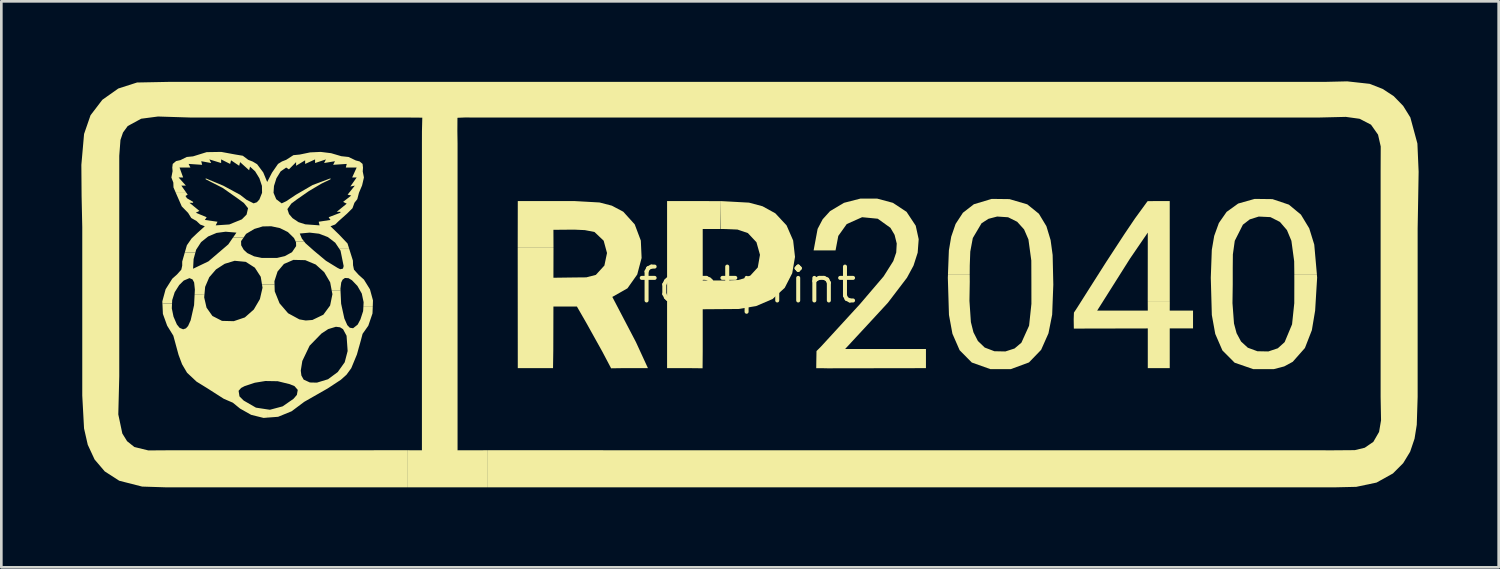
<source format=kicad_pcb>
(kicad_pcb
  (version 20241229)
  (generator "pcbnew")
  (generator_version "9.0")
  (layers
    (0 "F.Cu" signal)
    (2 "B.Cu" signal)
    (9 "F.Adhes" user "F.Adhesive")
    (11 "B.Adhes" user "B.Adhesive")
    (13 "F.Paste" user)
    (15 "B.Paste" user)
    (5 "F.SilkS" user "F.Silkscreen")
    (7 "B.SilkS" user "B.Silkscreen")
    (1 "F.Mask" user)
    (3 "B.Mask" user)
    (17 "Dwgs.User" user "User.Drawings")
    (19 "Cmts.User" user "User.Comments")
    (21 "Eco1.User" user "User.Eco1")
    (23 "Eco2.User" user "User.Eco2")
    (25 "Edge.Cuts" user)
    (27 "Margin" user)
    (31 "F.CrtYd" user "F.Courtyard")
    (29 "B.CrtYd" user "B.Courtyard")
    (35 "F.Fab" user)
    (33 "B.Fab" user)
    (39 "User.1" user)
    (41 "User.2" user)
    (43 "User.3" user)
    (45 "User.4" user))
  (footprint "footprint"
    (layer "F.Cu")
    (at 24.97 7.635)
    (property "Reference" "footprint" (at 0 0 0) (layer "F.SilkS") (effects (font (size 1.27 1.27) (thickness 0.15))))
    (fp_poly (pts (xy 15.835 0.606) (xy 15.009 0.606) (xy 15.011 -1.965) (xy 14.345 -0.991) (xy 13.113 0.96) (xy 15.011 0.96) (xy 15.009 0.61) (xy 15.836 0.61) (xy 15.834 0.96) (xy 16.707 0.96) (xy 16.707 1.628) (xy 15.834 1.628) (xy 15.834 3.117) (xy 15.011 3.117) (xy 15.011 1.628) (xy 12.239 1.634) (xy 12.233 1.286) (xy 12.242 1.035) (xy 12.364 0.85) (xy 12.364 0.85) (xy 12.782 0.19) (xy 13.454 -0.867) (xy 14.139 -1.915) (xy 14.534 -2.5) (xy 15.003 -3.143) (xy 15.369 -3.148) (xy 15.834 -3.148)) (stroke (width 0) (type solid)) (fill yes) (layer "F.SilkS"))
    (fp_poly (pts (xy -3.011 -3.148) (xy -0.999 -3.145) (xy -1.005 -2.1) (xy -1.675 -2.099) (xy -1.675 -0.17) (xy -0.791 -0.169) (xy -0.341 -0.188) (xy 0.068 -0.307) (xy 0.389 -0.658) (xy 0.472 -1.132) (xy 0.34 -1.603) (xy 0.018 -1.947) (xy -0.372 -2.079) (xy -0.817 -2.098) (xy -0.99 -2.1) (xy -0.996 -3.146) (xy 0.061 -3.088) (xy 0.568 -2.952) (xy 1.046 -2.689) (xy 1.469 -2.235) (xy 1.715 -1.67) (xy 1.785 -1.053) (xy 1.681 -0.443) (xy 1.4 0.105) (xy 0.943 0.526) (xy 0.327 0.79) (xy -0.333 0.899) (xy -1.675 0.909) (xy -1.675 2.501) (xy -1.68 3.122) (xy -2.138 3.117) (xy -3.011 3.117)) (stroke (width 0) (type solid)) (fill yes) (layer "F.SilkS"))
    (fp_poly (pts (xy 5.455 -3.081) (xy 5.966 -2.744) (xy 6.311 -2.223) (xy 6.422 -1.716) (xy 6.384 -1.212) (xy 6.228 -0.727) (xy 5.982 -0.272) (xy 5.267 0.666) (xy 4.467 1.533) (xy 3.665 2.398) (xy 6.694 2.398) (xy 6.694 3.117) (xy 3.002 3.123) (xy 2.81 3.119) (xy 2.581 3.118) (xy 2.584 2.849) (xy 2.591 2.476) (xy 2.755 2.313) (xy 3.29 1.73) (xy 4.217 0.719) (xy 5.107 -0.323) (xy 5.47 -0.898) (xy 5.58 -1.219) (xy 5.599 -1.555) (xy 5.519 -1.879) (xy 5.363 -2.144) (xy 4.888 -2.485) (xy 4.301 -2.542) (xy 3.725 -2.285) (xy 3.408 -1.84) (xy 3.305 -1.298) (xy 2.483 -1.298) (xy 2.633 -2.104) (xy 2.822 -2.464) (xy 3.1 -2.771) (xy 3.621 -3.081) (xy 4.235 -3.239) (xy 4.862 -3.24)) (stroke (width 0) (type solid)) (fill yes) (layer "F.SilkS"))
    (fp_poly (pts (xy -7.555 -3.148) (xy -6.502 -3.148) (xy -5.542 -3.094) (xy -5.083 -2.975) (xy -4.654 -2.748) (xy -4.224 -2.273) (xy -3.995 -1.665) (xy -3.966 -1.015) (xy -4.13 -0.394) (xy -4.497 0.125) (xy -5.064 0.447) (xy -4.621 1.294) (xy -4.178 2.141) (xy -3.729 3.117) (xy -4.705 3.117) (xy -5.109 3.123) (xy -5.437 2.501) (xy -6.037 1.423) (xy -6.391 0.808) (xy -7.272 0.807) (xy -7.277 2.449) (xy -7.287 3.116) (xy -7.735 3.117) (xy -8.608 3.117) (xy -8.611 -1.391) (xy -7.269 -1.391) (xy -7.272 -0.272) (xy -6.461 -0.283) (xy -6.038 -0.287) (xy -5.681 -0.38) (xy -5.361 -0.73) (xy -5.263 -1.199) (xy -5.388 -1.66) (xy -5.733 -1.988) (xy -6.094 -2.058) (xy -6.495 -2.076) (xy -7.272 -2.069) (xy -7.269 -1.395) (xy -8.611 -1.395) (xy -8.608 -3.148)) (stroke (width 0) (type solid)) (fill yes) (layer "F.SilkS"))
    (fp_poly (pts (xy 9.826 -3.22) (xy 10.493 -3.024) (xy 10.928 -2.672) (xy 11.21 -2.205) (xy 11.368 -1.682) (xy 11.444 -1.124) (xy 11.469 -0.015) (xy 11.426 1.114) (xy 11.287 1.812) (xy 11.012 2.431) (xy 10.556 2.903) (xy 9.877 3.153) (xy 9.107 3.153) (xy 8.413 2.906) (xy 7.957 2.445) (xy 7.687 1.827) (xy 7.557 1.122) (xy 7.515 -0.272) (xy 7.52 -0.391) (xy 8.335 -0.391) (xy 8.337 -0.118) (xy 8.325 0.593) (xy 8.379 1.391) (xy 8.475 1.772) (xy 8.642 2.099) (xy 8.898 2.345) (xy 9.261 2.483) (xy 9.672 2.491) (xy 10.016 2.38) (xy 10.273 2.162) (xy 10.561 1.525) (xy 10.648 0.706) (xy 10.647 -0.118) (xy 10.644 -0.918) (xy 10.536 -1.709) (xy 10.373 -2.084) (xy 10.115 -2.37) (xy 9.774 -2.54) (xy 9.364 -2.567) (xy 9.037 -2.481) (xy 8.778 -2.314) (xy 8.451 -1.761) (xy 8.356 -1.252) (xy 8.337 -0.734) (xy 8.335 -0.395) (xy 7.519 -0.395) (xy 7.554 -1.297) (xy 7.641 -1.81) (xy 7.805 -2.288) (xy 8.08 -2.709) (xy 8.491 -3.028) (xy 9.158 -3.228)) (stroke (width 0) (type solid)) (fill yes) (layer "F.SilkS"))
    (fp_poly (pts (xy 19.684 -3.22) (xy 20.301 -3.013) (xy 20.752 -2.639) (xy 21.064 -2.124) (xy 21.252 -1.515) (xy 21.351 -0.395) (xy 20.505 -0.395) (xy 20.499 -0.892) (xy 20.395 -1.658) (xy 20.228 -2.059) (xy 19.964 -2.365) (xy 19.609 -2.545) (xy 19.171 -2.566) (xy 18.834 -2.46) (xy 18.577 -2.262) (xy 18.272 -1.658) (xy 18.201 -1.148) (xy 18.196 -0.631) (xy 18.196 -0.015) (xy 18.186 0.679) (xy 18.243 1.444) (xy 18.34 1.807) (xy 18.507 2.118) (xy 18.761 2.351) (xy 19.12 2.483) (xy 19.53 2.491) (xy 19.886 2.372) (xy 20.142 2.141) (xy 20.42 1.474) (xy 20.503 0.681) (xy 20.505 -0.118) (xy 20.504 -0.391) (xy 21.35 -0.391) (xy 21.36 -0.279) (xy 21.285 0.96) (xy 21.162 1.694) (xy 20.902 2.362) (xy 20.445 2.879) (xy 20.126 3.052) (xy 19.736 3.153) (xy 18.965 3.154) (xy 18.267 2.913) (xy 17.809 2.453) (xy 17.54 1.833) (xy 17.412 1.125) (xy 17.373 -0.272) (xy 17.411 -1.318) (xy 17.501 -1.841) (xy 17.676 -2.325) (xy 17.966 -2.741) (xy 18.4 -3.054) (xy 19.017 -3.228)) (stroke (width 0) (type solid)) (fill yes) (layer "F.SilkS"))
    (fp_poly (pts (xy -22.096 -6.317) (xy -22.727 -6.234) (xy -23.231 -5.96) (xy -23.409 -5.716) (xy -23.504 -5.438) (xy -23.549 -4.842) (xy -23.549 3.425) (xy -23.585 4.851) (xy -23.434 5.567) (xy -23.255 5.856) (xy -22.984 6.073) (xy -22.457 6.202) (xy -21.906 6.197) (xy -12.755 6.194) (xy -12.755 7.585) (xy -21.804 7.585) (xy -22.692 7.557) (xy -23.55 7.338) (xy -24.094 6.987) (xy -24.474 6.541) (xy -24.73 5.989) (xy -24.869 5.378) (xy -24.936 4.144) (xy -24.936 -2.172) (xy -24.961 -3.337) (xy -24.97 -4.503) (xy -24.868 -5.663) (xy -24.626 -6.364) (xy -24.183 -6.944) (xy -23.586 -7.366) (xy -22.882 -7.592) (xy -21.701 -7.615) (xy 21.635 -7.615) (xy 22.486 -7.635) (xy 23.33 -7.542) (xy 23.817 -7.351) (xy 24.231 -7.08) (xy 24.585 -6.716) (xy 24.854 -6.283) (xy 25.119 -5.304) (xy 25.165 -4.244) (xy 25.147 -3.182) (xy 25.128 -2.12) (xy 25.128 4.195) (xy 25.095 5.241) (xy 25.012 5.762) (xy 24.846 6.252) (xy 24.586 6.679) (xy 24.202 7.065) (xy 23.587 7.407) (xy 22.826 7.567) (xy 22.046 7.585) (xy -9.745 7.585) (xy -9.745 6.194) (xy 21.995 6.197) (xy 22.772 6.191) (xy 23.145 6.101) (xy 23.467 5.88) (xy 23.682 5.508) (xy 23.756 5.072) (xy 23.74 4.195) (xy 23.74 -4.277) (xy 23.744 -5.194) (xy 23.643 -5.637) (xy 23.379 -6.011) (xy 22.951 -6.232) (xy 22.436 -6.303) (xy 21.43 -6.279) (xy -10.302 -6.279) (xy -10.579 -6.281) (xy -10.87 -6.269) (xy -10.873 -5.765) (xy -10.866 -5.304) (xy -10.866 6.197) (xy -9.749 6.194) (xy -9.749 7.585) (xy -12.751 7.585) (xy -12.751 6.194) (xy -12.202 6.197) (xy -12.202 -5.304) (xy -12.201 -5.765) (xy -12.188 -6.274) (xy -12.55 -6.277) (xy -12.869 -6.279) (xy -20.879 -6.279)) (stroke (width 0) (type solid)) (fill yes) (layer "F.SilkS"))
    (fp_poly (pts (xy -18.982 -1.645) (xy -18.978 -1.488) (xy -18.883 -1.321) (xy -18.748 -1.197) (xy -18.494 -1.075) (xy -18.206 -1.015) (xy -17.63 -1.016) (xy -17.342 -1.083) (xy -17.073 -1.23) (xy -16.918 -1.459) (xy -16.922 -1.601) (xy -16.939 -1.637) (xy -16.622 -1.637) (xy -16.566 -1.565) (xy -16.24 -1.276) (xy -15.8 -0.909) (xy -15.359 -0.638) (xy -15.261 -0.591) (xy -15.162 -0.615) (xy -15.136 -0.71) (xy -15.157 -0.812) (xy -15.253 -1.287) (xy -15.297 -1.355) (xy -14.928 -1.355) (xy -14.789 -0.914) (xy -14.784 -0.742) (xy -14.749 -0.575) (xy -14.574 -0.381) (xy -14.376 -0.203) (xy -14.15 0.162) (xy -14.037 0.577) (xy -14.044 0.79) (xy -14.395 0.79) (xy -14.388 0.644) (xy -14.457 0.32) (xy -14.62 0.035) (xy -14.824 -0.178) (xy -14.954 -0.256) (xy -15.088 -0.264) (xy -15.176 -0.201) (xy -15.227 -0.096) (xy -15.257 0.137) (xy -15.254 0.198) (xy -15.586 0.198) (xy -15.642 -0.101) (xy -15.865 -0.481) (xy -16.184 -0.768) (xy -16.576 -0.932) (xy -17.02 -0.942) (xy -17.375 -0.789) (xy -17.615 -0.505) (xy -17.731 -0.145) (xy -17.728 -0.015) (xy -18.197 -0.015) (xy -18.245 -0.309) (xy -18.466 -0.65) (xy -18.805 -0.868) (xy -19.223 -0.908) (xy -19.596 -0.795) (xy -19.922 -0.584) (xy -20.175 -0.291) (xy -20.329 0.069) (xy -20.354 0.342) (xy -20.723 0.343) (xy -20.714 0.17) (xy -20.742 -0.096) (xy -20.803 -0.21) (xy -20.917 -0.258) (xy -21.131 -0.167) (xy -21.301 0.001) (xy -21.471 0.271) (xy -21.564 0.566) (xy -21.571 0.7) (xy -21.931 0.701) (xy -21.934 0.611) (xy -21.811 0.159) (xy -21.561 -0.237) (xy -21.381 -0.398) (xy -21.223 -0.575) (xy -21.189 -0.725) (xy -21.189 -0.88) (xy -21.093 -1.214) (xy -20.696 -1.214) (xy -20.762 -0.971) (xy -20.781 -0.61) (xy -20.206 -0.886) (xy -19.46 -1.524) (xy -19.285 -1.779) (xy -18.888 -1.779)) (stroke (width 0) (type solid)) (fill yes) (layer "F.SilkS"))
    (fp_poly (pts (xy -17.72 0.238) (xy -17.54 0.686) (xy -17.219 1.059) (xy -16.796 1.289) (xy -16.558 1.33) (xy -16.308 1.311) (xy -15.898 1.114) (xy -15.644 0.769) (xy -15.557 0.344) (xy -15.586 0.198) (xy -15.255 0.198) (xy -15.231 0.702) (xy -15.11 1.255) (xy -15 1.504) (xy -14.906 1.602) (xy -14.783 1.621) (xy -14.612 1.486) (xy -14.507 1.289) (xy -14.406 0.978) (xy -14.395 0.791) (xy -14.044 0.791) (xy -14.055 1.066) (xy -14.212 1.526) (xy -14.427 1.831) (xy -14.489 2.068) (xy -14.558 2.316) (xy -14.998 2.316) (xy -15.027 1.903) (xy -15.159 1.656) (xy -15.273 1.585) (xy -15.427 1.566) (xy -15.716 1.653) (xy -15.969 1.82) (xy -16.412 2.275) (xy -16.686 2.848) (xy -16.744 3.209) (xy -16.721 3.392) (xy -16.636 3.547) (xy -16.402 3.654) (xy -16.139 3.66) (xy -15.722 3.533) (xy -15.359 3.264) (xy -15.097 2.897) (xy -14.987 2.475) (xy -14.998 2.316) (xy -14.559 2.316) (xy -14.639 2.605) (xy -14.851 3.119) (xy -15.03 3.364) (xy -15.241 3.553) (xy -15.732 3.876) (xy -16.613 4.379) (xy -17.087 4.734) (xy -17.594 4.941) (xy -18.003 4.972) (xy -18.004 4.662) (xy -17.901 4.677) (xy -17.425 4.55) (xy -17.02 4.27) (xy -16.89 4.12) (xy -16.857 3.932) (xy -16.978 3.792) (xy -17.156 3.718) (xy -17.607 3.607) (xy -18.07 3.599) (xy -18.468 3.664) (xy -18.85 3.791) (xy -18.979 3.859) (xy -19.075 3.966) (xy -19.042 4.175) (xy -18.883 4.333) (xy -18.424 4.598) (xy -18.004 4.662) (xy -18.004 4.972) (xy -18.138 4.983) (xy -18.603 4.868) (xy -19.02 4.633) (xy -19.291 4.412) (xy -19.63 4.266) (xy -20.24 3.876) (xy -20.652 3.622) (xy -21.008 3.288) (xy -21.194 2.972) (xy -21.238 2.854) (xy -21.238 2.854) (xy -21.326 2.618) (xy -21.522 1.899) (xy -21.753 1.526) (xy -21.913 1.083) (xy -21.93 0.702) (xy -21.571 0.702) (xy -21.579 0.875) (xy -21.515 1.187) (xy -21.389 1.479) (xy -21.285 1.607) (xy -21.154 1.661) (xy -21.049 1.625) (xy -20.969 1.537) (xy -20.872 1.322) (xy -20.744 0.754) (xy -20.723 0.345) (xy -20.355 0.343) (xy -20.365 0.465) (xy -20.277 0.848) (xy -20.057 1.16) (xy -19.697 1.345) (xy -19.257 1.356) (xy -18.84 1.215) (xy -18.505 0.919) (xy -18.276 0.528) (xy -18.178 0.103) (xy -18.197 -0.015) (xy -17.728 -0.015)) (stroke (width 0) (type solid)) (fill yes) (layer "F.SilkS"))
    (fp_poly (pts (xy -19.189 -4.891) (xy -18.917 -4.846) (xy -18.714 -4.693) (xy -18.543 -4.626) (xy -18.381 -4.529) (xy -18.15 -4.219) (xy -18.003 -3.863) (xy -17.822 -4.213) (xy -17.596 -4.54) (xy -17.449 -4.632) (xy -17.291 -4.693) (xy -17.02 -4.868) (xy -16.783 -4.891) (xy -16.392 -4.972) (xy -15.998 -4.99) (xy -15.607 -4.942) (xy -15.224 -4.829) (xy -14.953 -4.8) (xy -14.682 -4.67) (xy -14.538 -4.633) (xy -14.427 -4.54) (xy -14.411 -4.399) (xy -14.421 -4.258) (xy -14.376 -4.032) (xy -14.407 -3.897) (xy -14.743 -3.897) (xy -14.649 -4.031) (xy -14.818 -4.031) (xy -14.649 -4.404) (xy -15.055 -4.404) (xy -15.021 -4.54) (xy -15.53 -4.506) (xy -15.462 -4.641) (xy -15.869 -4.573) (xy -15.801 -4.709) (xy -16.207 -4.573) (xy -16.207 -4.709) (xy -16.58 -4.539) (xy -16.58 -4.675) (xy -16.919 -4.471) (xy -16.919 -4.607) (xy -17.189 -4.336) (xy -17.291 -4.404) (xy -17.5 -4.258) (xy -17.657 -4.001) (xy -17.748 -3.713) (xy -17.765 -3.456) (xy -17.664 -3.216) (xy -17.46 -3.061) (xy -17.291 -3.14) (xy -16.919 -3.388) (xy -16.3 -3.748) (xy -15.63 -3.999) (xy -15.63 -3.964) (xy -15.969 -3.8) (xy -16.437 -3.523) (xy -16.884 -3.212) (xy -17.098 -3.053) (xy -17.245 -2.846) (xy -17.184 -2.66) (xy -17.053 -2.507) (xy -16.828 -2.356) (xy -16.575 -2.275) (xy -16.038 -2.236) (xy -16.072 -2.372) (xy -15.631 -2.439) (xy -15.699 -2.541) (xy -15.258 -2.71) (xy -15.258 -2.744) (xy -15.395 -2.744) (xy -15.022 -3.049) (xy -15.157 -3.117) (xy -14.852 -3.354) (xy -14.988 -3.388) (xy -14.717 -3.726) (xy -14.886 -3.692) (xy -14.743 -3.897) (xy -14.407 -3.897) (xy -14.445 -3.734) (xy -14.563 -3.456) (xy -14.625 -3.218) (xy -14.732 -3.083) (xy -14.805 -2.879) (xy -15.009 -2.676) (xy -15.32 -2.399) (xy -15.456 -2.268) (xy -15.63 -2.202) (xy -15.31 -1.893) (xy -14.992 -1.558) (xy -14.928 -1.355) (xy -15.298 -1.355) (xy -15.452 -1.586) (xy -15.728 -1.797) (xy -16.056 -1.923) (xy -16.41 -1.964) (xy -16.782 -1.93) (xy -16.702 -1.74) (xy -16.622 -1.638) (xy -16.938 -1.638) (xy -16.998 -1.761) (xy -17.227 -1.985) (xy -17.525 -2.133) (xy -17.852 -2.203) (xy -18.172 -2.196) (xy -18.485 -2.102) (xy -18.794 -1.917) (xy -18.889 -1.779) (xy -19.284 -1.779) (xy -19.156 -1.964) (xy -19.562 -1.998) (xy -19.9 -1.953) (xy -20.216 -1.82) (xy -20.481 -1.608) (xy -20.668 -1.32) (xy -20.696 -1.214) (xy -21.093 -1.214) (xy -21.014 -1.49) (xy -20.837 -1.745) (xy -20.612 -1.959) (xy -20.342 -2.202) (xy -20.515 -2.268) (xy -20.652 -2.399) (xy -20.85 -2.512) (xy -20.968 -2.704) (xy -21.206 -2.947) (xy -21.436 -3.473) (xy -21.045 -3.473) (xy -20.984 -3.388) (xy -21.067 -3.337) (xy -21.009 -3.252) (xy -20.781 -3.117) (xy -20.781 -3.082) (xy -20.916 -3.082) (xy -20.543 -2.778) (xy -20.679 -2.71) (xy -20.272 -2.541) (xy -20.34 -2.439) (xy -19.866 -2.372) (xy -19.933 -2.236) (xy -19.423 -2.27) (xy -18.952 -2.462) (xy -18.775 -2.642) (xy -18.721 -2.879) (xy -18.877 -3.075) (xy -19.087 -3.229) (xy -19.672 -3.64) (xy -20.308 -3.964) (xy -20.308 -3.999) (xy -19.648 -3.723) (xy -19.019 -3.383) (xy -18.774 -3.193) (xy -18.511 -3.061) (xy -18.389 -3.103) (xy -18.296 -3.205) (xy -18.195 -3.456) (xy -18.2 -3.717) (xy -18.296 -4.003) (xy -18.455 -4.262) (xy -18.646 -4.437) (xy -18.68 -4.302) (xy -19.019 -4.607) (xy -19.053 -4.471) (xy -19.358 -4.675) (xy -19.392 -4.539) (xy -19.73 -4.709) (xy -19.73 -4.573) (xy -20.171 -4.709) (xy -20.103 -4.573) (xy -20.476 -4.641) (xy -20.442 -4.506) (xy -20.95 -4.54) (xy -20.882 -4.404) (xy -21.289 -4.404) (xy -21.154 -4.031) (xy -21.323 -4.031) (xy -21.051 -3.726) (xy -21.221 -3.726) (xy -21.045 -3.474) (xy -21.436 -3.474) (xy -21.516 -3.659) (xy -21.522 -3.84) (xy -21.595 -4.032) (xy -21.55 -4.269) (xy -21.561 -4.405) (xy -21.544 -4.54) (xy -21.418 -4.646) (xy -21.256 -4.682) (xy -21.019 -4.8) (xy -20.782 -4.823) (xy -20.273 -4.981) (xy -19.726 -4.99)) (stroke (width 0) (type solid)) (fill yes) (layer "F.SilkS")))
  (gr_rect
    (start -3 -3)
    (end 53.136 18.22)
    (stroke (width 0.1) (type default))
    (fill no)
    (layer "Edge.Cuts")))
</source>
